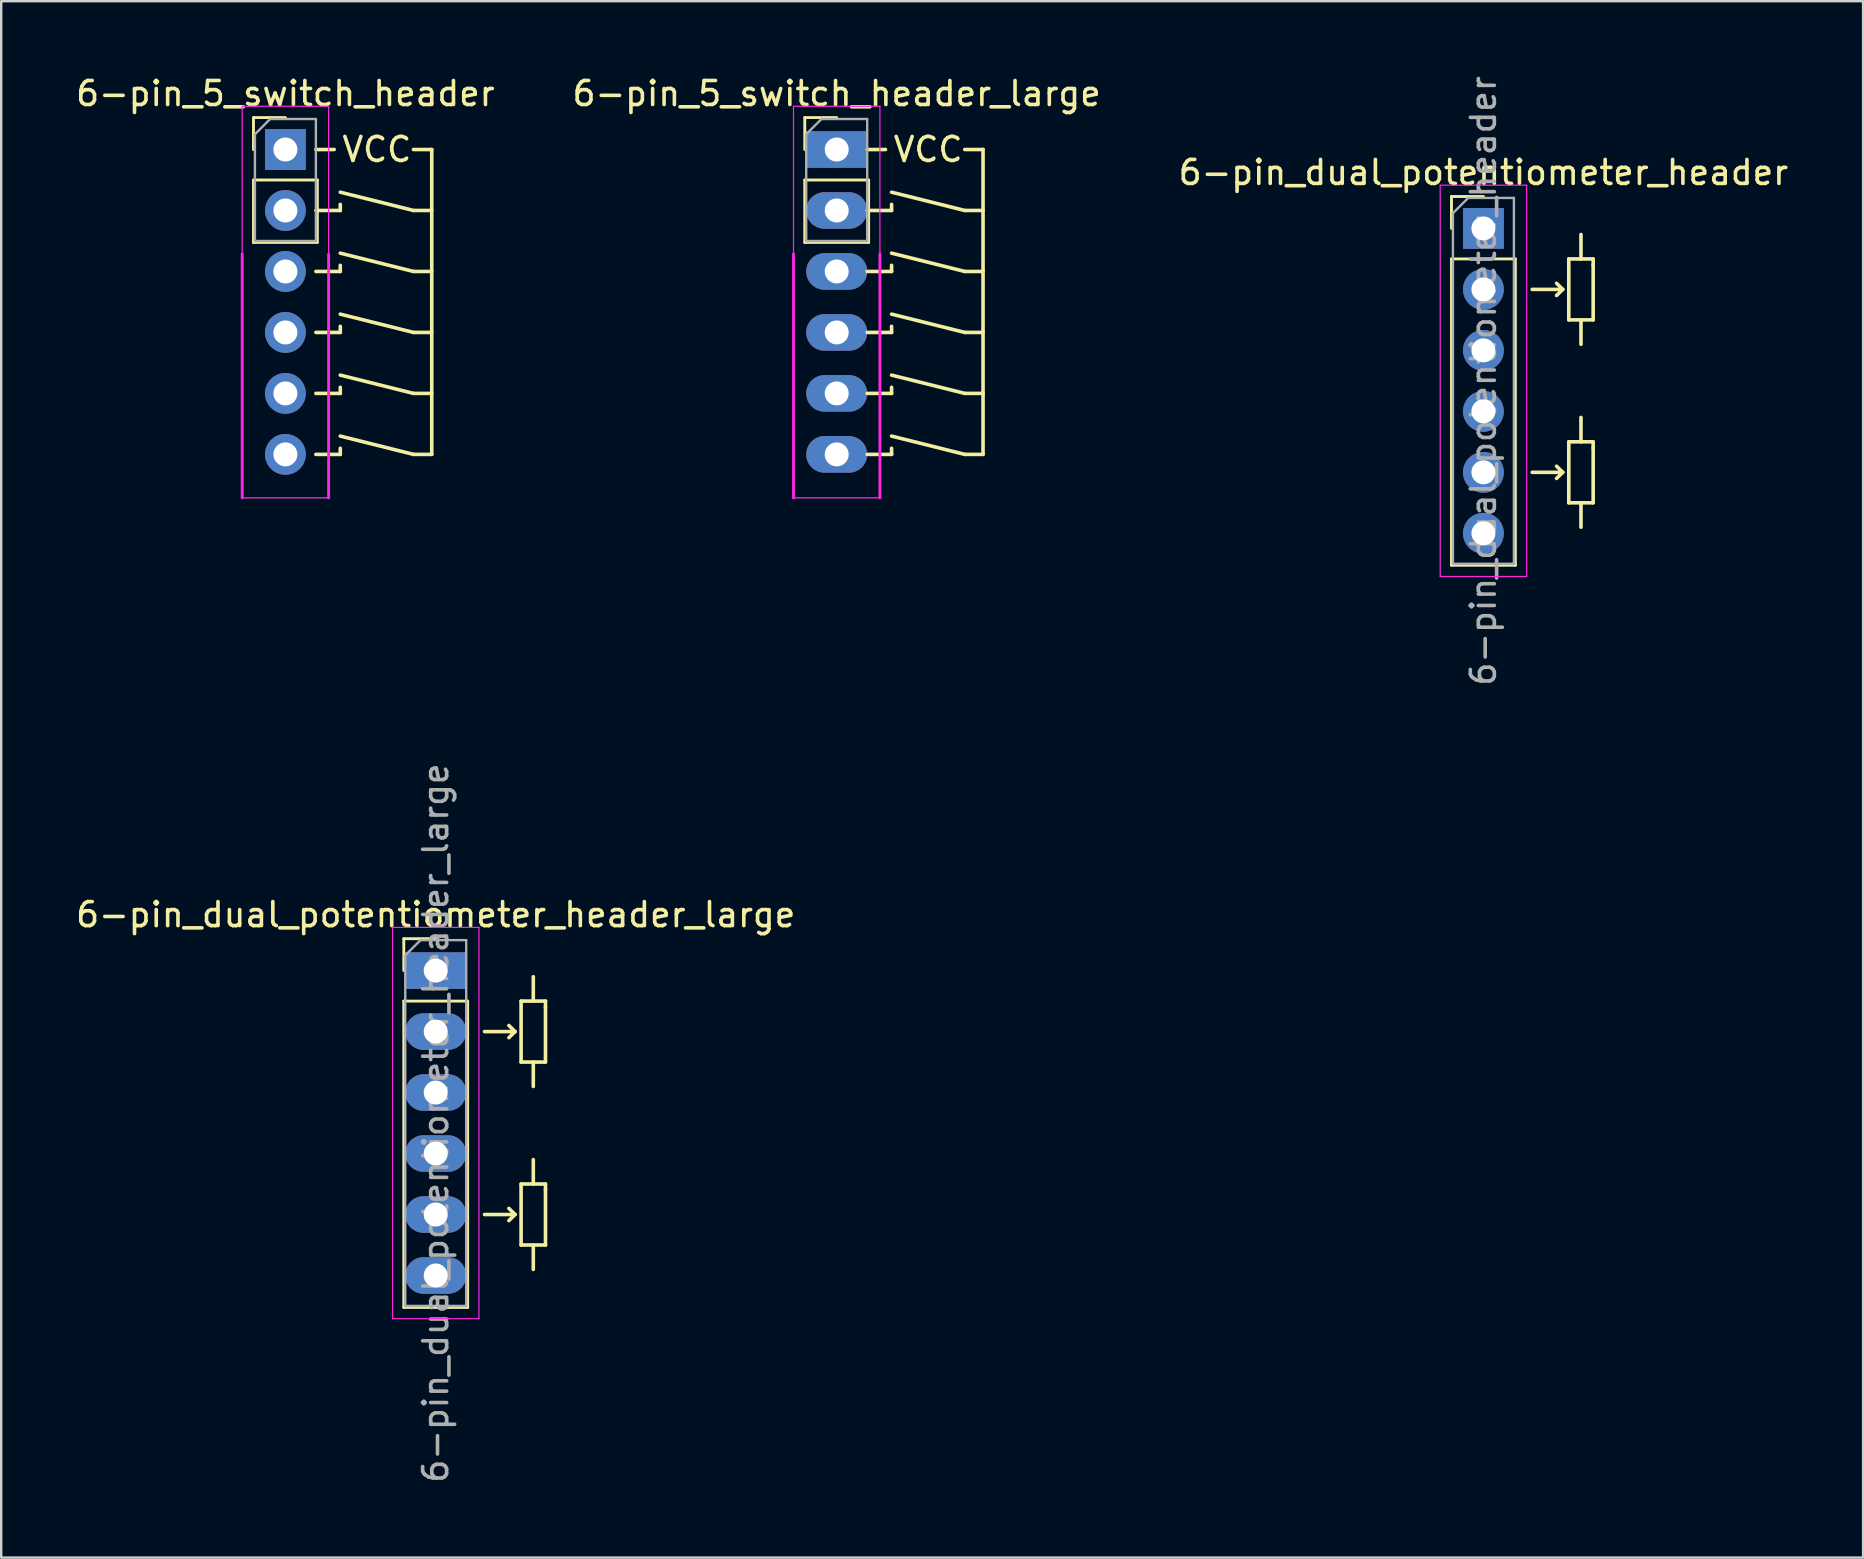
<source format=kicad_pcb>
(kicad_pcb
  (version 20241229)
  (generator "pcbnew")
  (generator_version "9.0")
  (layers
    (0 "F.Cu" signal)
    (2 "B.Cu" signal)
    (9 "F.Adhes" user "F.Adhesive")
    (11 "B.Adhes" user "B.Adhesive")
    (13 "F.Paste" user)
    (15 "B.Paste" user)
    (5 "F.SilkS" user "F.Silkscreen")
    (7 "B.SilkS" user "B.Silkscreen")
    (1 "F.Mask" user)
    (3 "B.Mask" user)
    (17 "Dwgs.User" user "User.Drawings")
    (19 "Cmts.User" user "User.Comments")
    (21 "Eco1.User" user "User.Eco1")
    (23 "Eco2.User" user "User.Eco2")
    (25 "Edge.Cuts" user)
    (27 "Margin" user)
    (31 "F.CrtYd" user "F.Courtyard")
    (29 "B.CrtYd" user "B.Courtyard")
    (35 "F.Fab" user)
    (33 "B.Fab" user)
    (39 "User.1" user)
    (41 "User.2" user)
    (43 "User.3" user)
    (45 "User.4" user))
  (footprint "6-pin_5_switch_header"
    (layer "F.Cu")
    (at 8.839 3.178)
    (property "Reference" "6-pin_5_switch_header" (at 0 -2.33 0) (layer "F.SilkS") (effects (font (size 1 1) (thickness 0.15))))
    (attr through_hole)
    (fp_line (start -1.33 -1.33) (end 0 -1.33) (stroke (width 0.12) (type solid)) (layer "F.SilkS"))
    (fp_line (start -1.33 0) (end -1.33 -1.33) (stroke (width 0.12) (type solid)) (layer "F.SilkS"))
    (fp_line (start -1.33 1.27) (end -1.33 3.87) (stroke (width 0.12) (type solid)) (layer "F.SilkS"))
    (fp_line (start -1.33 1.27) (end 1.33 1.27) (stroke (width 0.12) (type solid)) (layer "F.SilkS"))
    (fp_line (start -1.33 3.87) (end 1.33 3.87) (stroke (width 0.12) (type solid)) (layer "F.SilkS"))
    (fp_line (start 1.27 0) (end 2.032 0) (stroke (width 0.15) (type solid)) (layer "F.SilkS"))
    (fp_line (start 1.27 2.54) (end 2.286 2.54) (stroke (width 0.15) (type solid)) (layer "F.SilkS"))
    (fp_line (start 1.27 5.08) (end 2.286 5.08) (stroke (width 0.15) (type solid)) (layer "F.SilkS"))
    (fp_line (start 1.27 7.62) (end 2.286 7.62) (stroke (width 0.15) (type solid)) (layer "F.SilkS"))
    (fp_line (start 1.27 10.16) (end 2.286 10.16) (stroke (width 0.15) (type solid)) (layer "F.SilkS"))
    (fp_line (start 1.33 1.27) (end 1.33 3.87) (stroke (width 0.12) (type solid)) (layer "F.SilkS"))
    (fp_line (start 2.286 2.54) (end 2.286 2.286) (stroke (width 0.15) (type solid)) (layer "F.SilkS"))
    (fp_line (start 2.286 5.08) (end 2.286 4.826) (stroke (width 0.15) (type solid)) (layer "F.SilkS"))
    (fp_line (start 2.286 7.62) (end 2.286 7.366) (stroke (width 0.15) (type solid)) (layer "F.SilkS"))
    (fp_line (start 2.286 10.16) (end 2.286 9.906) (stroke (width 0.15) (type solid)) (layer "F.SilkS"))
    (fp_line (start 2.286 12.446) (end 2.286 12.7) (stroke (width 0.15) (type solid)) (layer "F.SilkS"))
    (fp_line (start 2.286 12.7) (end 1.27 12.7) (stroke (width 0.15) (type solid)) (layer "F.SilkS"))
    (fp_line (start 5.334 0) (end 6.096 0) (stroke (width 0.15) (type solid)) (layer "F.SilkS"))
    (fp_line (start 5.334 2.54) (end 2.286 1.778) (stroke (width 0.15) (type solid)) (layer "F.SilkS"))
    (fp_line (start 5.334 5.08) (end 2.286 4.318) (stroke (width 0.15) (type solid)) (layer "F.SilkS"))
    (fp_line (start 5.334 7.62) (end 2.286 6.858) (stroke (width 0.15) (type solid)) (layer "F.SilkS"))
    (fp_line (start 5.334 10.16) (end 2.286 9.398) (stroke (width 0.15) (type solid)) (layer "F.SilkS"))
    (fp_line (start 5.334 12.7) (end 2.286 11.938) (stroke (width 0.15) (type solid)) (layer "F.SilkS"))
    (fp_line (start 6.096 0) (end 6.096 12.7) (stroke (width 0.15) (type solid)) (layer "F.SilkS"))
    (fp_line (start 6.096 2.54) (end 5.334 2.54) (stroke (width 0.15) (type solid)) (layer "F.SilkS"))
    (fp_line (start 6.096 5.08) (end 5.334 5.08) (stroke (width 0.15) (type solid)) (layer "F.SilkS"))
    (fp_line (start 6.096 7.62) (end 5.334 7.62) (stroke (width 0.15) (type solid)) (layer "F.SilkS"))
    (fp_line (start 6.096 10.16) (end 5.334 10.16) (stroke (width 0.15) (type solid)) (layer "F.SilkS"))
    (fp_line (start 6.096 12.7) (end 5.334 12.7) (stroke (width 0.15) (type solid)) (layer "F.SilkS"))
    (fp_line (start -1.8 -1.8) (end -1.8 4.35) (stroke (width 0.05) (type solid)) (layer "F.CrtYd"))
    (fp_line (start -1.8 4.35) (end -1.8 14.51) (stroke (width 0.12) (type solid)) (layer "F.CrtYd"))
    (fp_line (start -1.8 14.51) (end 1.8 14.51) (stroke (width 0.05) (type solid)) (layer "F.CrtYd"))
    (fp_line (start 1.8 -1.8) (end -1.8 -1.8) (stroke (width 0.05) (type solid)) (layer "F.CrtYd"))
    (fp_line (start 1.8 4.35) (end 1.8 -1.8) (stroke (width 0.05) (type solid)) (layer "F.CrtYd"))
    (fp_line (start 1.8 14.51) (end 1.8 4.35) (stroke (width 0.12) (type solid)) (layer "F.CrtYd"))
    (fp_line (start -1.27 -0.635) (end -0.635 -1.27) (stroke (width 0.1) (type solid)) (layer "F.Fab"))
    (fp_line (start -1.27 3.81) (end -1.27 -0.635) (stroke (width 0.1) (type solid)) (layer "F.Fab"))
    (fp_line (start -0.635 -1.27) (end 1.27 -1.27) (stroke (width 0.1) (type solid)) (layer "F.Fab"))
    (fp_line (start 1.27 -1.27) (end 1.27 3.81) (stroke (width 0.1) (type solid)) (layer "F.Fab"))
    (fp_line (start 1.27 3.81) (end -1.27 3.81) (stroke (width 0.1) (type solid)) (layer "F.Fab"))
    (fp_text user "VCC" (at 3.81 0 0) (layer "F.SilkS") (effects (font (size 1 1) (thickness 0.15))))
    (pad "1" thru_hole rect (at 0 0) (size 1.7 1.7) (drill 1) (layers "*.Cu" "*.Mask"))
    (pad "2" thru_hole oval (at 0 2.54) (size 1.7 1.7) (drill 1) (layers "*.Cu" "*.Mask"))
    (pad "3" thru_hole oval (at 0 5.08) (size 1.7 1.7) (drill 1) (layers "*.Cu" "*.Mask"))
    (pad "4" thru_hole oval (at 0 7.62) (size 1.7 1.7) (drill 1) (layers "*.Cu" "*.Mask"))
    (pad "5" thru_hole oval (at 0 10.16) (size 1.7 1.7) (drill 1) (layers "*.Cu" "*.Mask"))
    (pad "6" thru_hole oval (at 0 12.7) (size 1.7 1.7) (drill 1) (layers "*.Cu" "*.Mask")))
  (footprint "6-pin_dual_potentiometer_header"
    (layer "F.Cu")
    (at 58.744 6.465)
    (property "Reference" "6-pin_dual_potentiometer_header" (at 0 -2.33 0) (layer "F.SilkS") (effects (font (size 1 1) (thickness 0.15))))
    (attr through_hole)
    (fp_line (start -1.33 -1.33) (end 0 -1.33) (stroke (width 0.12) (type solid)) (layer "F.SilkS"))
    (fp_line (start -1.33 0) (end -1.33 -1.33) (stroke (width 0.12) (type solid)) (layer "F.SilkS"))
    (fp_line (start -1.33 1.27) (end -1.33 14.03) (stroke (width 0.12) (type solid)) (layer "F.SilkS"))
    (fp_line (start -1.33 1.27) (end 1.33 1.27) (stroke (width 0.12) (type solid)) (layer "F.SilkS"))
    (fp_line (start -1.33 14.03) (end 1.33 14.03) (stroke (width 0.12) (type solid)) (layer "F.SilkS"))
    (fp_line (start 1.33 1.27) (end 1.33 14.03) (stroke (width 0.12) (type solid)) (layer "F.SilkS"))
    (fp_line (start 2.032 2.54) (end 3.302 2.54) (stroke (width 0.15) (type solid)) (layer "F.SilkS"))
    (fp_line (start 2.032 10.16) (end 3.302 10.16) (stroke (width 0.15) (type solid)) (layer "F.SilkS"))
    (fp_line (start 3.302 2.54) (end 3.048 2.286) (stroke (width 0.15) (type solid)) (layer "F.SilkS"))
    (fp_line (start 3.302 2.54) (end 3.048 2.794) (stroke (width 0.15) (type solid)) (layer "F.SilkS"))
    (fp_line (start 3.302 10.16) (end 3.048 9.906) (stroke (width 0.15) (type solid)) (layer "F.SilkS"))
    (fp_line (start 3.302 10.16) (end 3.048 10.414) (stroke (width 0.15) (type solid)) (layer "F.SilkS"))
    (fp_line (start 3.556 1.27) (end 3.556 3.81) (stroke (width 0.15) (type solid)) (layer "F.SilkS"))
    (fp_line (start 3.556 3.81) (end 4.572 3.81) (stroke (width 0.15) (type solid)) (layer "F.SilkS"))
    (fp_line (start 3.556 8.89) (end 3.556 11.43) (stroke (width 0.15) (type solid)) (layer "F.SilkS"))
    (fp_line (start 3.556 11.43) (end 4.572 11.43) (stroke (width 0.15) (type solid)) (layer "F.SilkS"))
    (fp_line (start 4.064 1.27) (end 4.064 0.254) (stroke (width 0.15) (type solid)) (layer "F.SilkS"))
    (fp_line (start 4.064 3.81) (end 4.064 4.826) (stroke (width 0.15) (type solid)) (layer "F.SilkS"))
    (fp_line (start 4.064 8.89) (end 4.064 7.874) (stroke (width 0.15) (type solid)) (layer "F.SilkS"))
    (fp_line (start 4.064 11.43) (end 4.064 12.446) (stroke (width 0.15) (type solid)) (layer "F.SilkS"))
    (fp_line (start 4.572 1.27) (end 3.556 1.27) (stroke (width 0.15) (type solid)) (layer "F.SilkS"))
    (fp_line (start 4.572 1.524) (end 4.572 1.27) (stroke (width 0.15) (type solid)) (layer "F.SilkS"))
    (fp_line (start 4.572 3.81) (end 4.572 1.524) (stroke (width 0.15) (type solid)) (layer "F.SilkS"))
    (fp_line (start 4.572 8.89) (end 3.556 8.89) (stroke (width 0.15) (type solid)) (layer "F.SilkS"))
    (fp_line (start 4.572 9.144) (end 4.572 8.89) (stroke (width 0.15) (type solid)) (layer "F.SilkS"))
    (fp_line (start 4.572 11.43) (end 4.572 9.144) (stroke (width 0.15) (type solid)) (layer "F.SilkS"))
    (fp_line (start -1.8 -1.8) (end -1.8 14.5) (stroke (width 0.05) (type solid)) (layer "F.CrtYd"))
    (fp_line (start -1.8 14.5) (end 1.8 14.5) (stroke (width 0.05) (type solid)) (layer "F.CrtYd"))
    (fp_line (start 1.8 -1.8) (end -1.8 -1.8) (stroke (width 0.05) (type solid)) (layer "F.CrtYd"))
    (fp_line (start 1.8 14.5) (end 1.8 -1.8) (stroke (width 0.05) (type solid)) (layer "F.CrtYd"))
    (fp_line (start -1.27 -0.635) (end -0.635 -1.27) (stroke (width 0.1) (type solid)) (layer "F.Fab"))
    (fp_line (start -1.27 13.97) (end -1.27 -0.635) (stroke (width 0.1) (type solid)) (layer "F.Fab"))
    (fp_line (start -0.635 -1.27) (end 1.27 -1.27) (stroke (width 0.1) (type solid)) (layer "F.Fab"))
    (fp_line (start 1.27 -1.27) (end 1.27 13.97) (stroke (width 0.1) (type solid)) (layer "F.Fab"))
    (fp_line (start 1.27 13.97) (end -1.27 13.97) (stroke (width 0.1) (type solid)) (layer "F.Fab"))
    (fp_text user "${REFERENCE}" (at 0 6.35 90) (layer "F.Fab") (effects (font (size 1 1) (thickness 0.15))))
    (pad "1" thru_hole rect (at 0 0) (size 1.7 1.7) (drill 1) (layers "*.Cu" "*.Mask"))
    (pad "2" thru_hole oval (at 0 2.54) (size 1.7 1.7) (drill 1) (layers "*.Cu" "*.Mask"))
    (pad "3" thru_hole oval (at 0 5.08) (size 1.7 1.7) (drill 1) (layers "*.Cu" "*.Mask"))
    (pad "4" thru_hole oval (at 0 7.62) (size 1.7 1.7) (drill 1) (layers "*.Cu" "*.Mask"))
    (pad "5" thru_hole oval (at 0 10.16) (size 1.7 1.7) (drill 1) (layers "*.Cu" "*.Mask"))
    (pad "6" thru_hole oval (at 0 12.7) (size 1.7 1.7) (drill 1) (layers "*.Cu" "*.Mask")))
  (footprint "6-pin_5_switch_header_large"
    (layer "F.Cu")
    (at 31.804 3.178)
    (property "Reference" "6-pin_5_switch_header_large" (at 0 -2.33 0) (layer "F.SilkS") (effects (font (size 1 1) (thickness 0.15))))
    (attr through_hole)
    (fp_line (start -1.33 -1.33) (end 0 -1.33) (stroke (width 0.12) (type solid)) (layer "F.SilkS"))
    (fp_line (start -1.33 0) (end -1.33 -1.33) (stroke (width 0.12) (type solid)) (layer "F.SilkS"))
    (fp_line (start -1.33 1.27) (end -1.33 3.87) (stroke (width 0.12) (type solid)) (layer "F.SilkS"))
    (fp_line (start -1.33 1.27) (end 1.33 1.27) (stroke (width 0.12) (type solid)) (layer "F.SilkS"))
    (fp_line (start -1.33 3.87) (end 1.33 3.87) (stroke (width 0.12) (type solid)) (layer "F.SilkS"))
    (fp_line (start 1.27 0) (end 2.032 0) (stroke (width 0.15) (type solid)) (layer "F.SilkS"))
    (fp_line (start 1.27 2.54) (end 2.286 2.54) (stroke (width 0.15) (type solid)) (layer "F.SilkS"))
    (fp_line (start 1.27 5.08) (end 2.286 5.08) (stroke (width 0.15) (type solid)) (layer "F.SilkS"))
    (fp_line (start 1.27 7.62) (end 2.286 7.62) (stroke (width 0.15) (type solid)) (layer "F.SilkS"))
    (fp_line (start 1.27 10.16) (end 2.286 10.16) (stroke (width 0.15) (type solid)) (layer "F.SilkS"))
    (fp_line (start 1.33 1.27) (end 1.33 3.87) (stroke (width 0.12) (type solid)) (layer "F.SilkS"))
    (fp_line (start 2.286 2.54) (end 2.286 2.286) (stroke (width 0.15) (type solid)) (layer "F.SilkS"))
    (fp_line (start 2.286 5.08) (end 2.286 4.826) (stroke (width 0.15) (type solid)) (layer "F.SilkS"))
    (fp_line (start 2.286 7.62) (end 2.286 7.366) (stroke (width 0.15) (type solid)) (layer "F.SilkS"))
    (fp_line (start 2.286 10.16) (end 2.286 9.906) (stroke (width 0.15) (type solid)) (layer "F.SilkS"))
    (fp_line (start 2.286 12.446) (end 2.286 12.7) (stroke (width 0.15) (type solid)) (layer "F.SilkS"))
    (fp_line (start 2.286 12.7) (end 1.27 12.7) (stroke (width 0.15) (type solid)) (layer "F.SilkS"))
    (fp_line (start 5.334 0) (end 6.096 0) (stroke (width 0.15) (type solid)) (layer "F.SilkS"))
    (fp_line (start 5.334 2.54) (end 2.286 1.778) (stroke (width 0.15) (type solid)) (layer "F.SilkS"))
    (fp_line (start 5.334 5.08) (end 2.286 4.318) (stroke (width 0.15) (type solid)) (layer "F.SilkS"))
    (fp_line (start 5.334 7.62) (end 2.286 6.858) (stroke (width 0.15) (type solid)) (layer "F.SilkS"))
    (fp_line (start 5.334 10.16) (end 2.286 9.398) (stroke (width 0.15) (type solid)) (layer "F.SilkS"))
    (fp_line (start 5.334 12.7) (end 2.286 11.938) (stroke (width 0.15) (type solid)) (layer "F.SilkS"))
    (fp_line (start 6.096 0) (end 6.096 12.7) (stroke (width 0.15) (type solid)) (layer "F.SilkS"))
    (fp_line (start 6.096 2.54) (end 5.334 2.54) (stroke (width 0.15) (type solid)) (layer "F.SilkS"))
    (fp_line (start 6.096 5.08) (end 5.334 5.08) (stroke (width 0.15) (type solid)) (layer "F.SilkS"))
    (fp_line (start 6.096 7.62) (end 5.334 7.62) (stroke (width 0.15) (type solid)) (layer "F.SilkS"))
    (fp_line (start 6.096 10.16) (end 5.334 10.16) (stroke (width 0.15) (type solid)) (layer "F.SilkS"))
    (fp_line (start 6.096 12.7) (end 5.334 12.7) (stroke (width 0.15) (type solid)) (layer "F.SilkS"))
    (fp_line (start -1.8 -1.8) (end -1.8 4.35) (stroke (width 0.05) (type solid)) (layer "F.CrtYd"))
    (fp_line (start -1.8 4.35) (end -1.8 14.51) (stroke (width 0.12) (type solid)) (layer "F.CrtYd"))
    (fp_line (start -1.8 14.51) (end 1.8 14.51) (stroke (width 0.05) (type solid)) (layer "F.CrtYd"))
    (fp_line (start 1.8 -1.8) (end -1.8 -1.8) (stroke (width 0.05) (type solid)) (layer "F.CrtYd"))
    (fp_line (start 1.8 4.35) (end 1.8 -1.8) (stroke (width 0.05) (type solid)) (layer "F.CrtYd"))
    (fp_line (start 1.8 14.51) (end 1.8 4.35) (stroke (width 0.12) (type solid)) (layer "F.CrtYd"))
    (fp_line (start -1.27 -0.635) (end -0.635 -1.27) (stroke (width 0.1) (type solid)) (layer "F.Fab"))
    (fp_line (start -1.27 3.81) (end -1.27 -0.635) (stroke (width 0.1) (type solid)) (layer "F.Fab"))
    (fp_line (start -0.635 -1.27) (end 1.27 -1.27) (stroke (width 0.1) (type solid)) (layer "F.Fab"))
    (fp_line (start 1.27 -1.27) (end 1.27 3.81) (stroke (width 0.1) (type solid)) (layer "F.Fab"))
    (fp_line (start 1.27 3.81) (end -1.27 3.81) (stroke (width 0.1) (type solid)) (layer "F.Fab"))
    (fp_text user "VCC" (at 3.81 0 0) (layer "F.SilkS") (effects (font (size 1 1) (thickness 0.15))))
    (pad "1" thru_hole rect (at 0 0) (size 2.54 1.524) (drill 1) (layers "*.Cu" "*.Mask"))
    (pad "2" thru_hole oval (at 0 2.54) (size 2.54 1.524) (drill 1) (layers "*.Cu" "*.Mask"))
    (pad "3" thru_hole oval (at 0 5.08) (size 2.54 1.524) (drill 1) (layers "*.Cu" "*.Mask"))
    (pad "4" thru_hole oval (at 0 7.62) (size 2.54 1.524) (drill 1) (layers "*.Cu" "*.Mask"))
    (pad "5" thru_hole oval (at 0 10.16) (size 2.54 1.524) (drill 1) (layers "*.Cu" "*.Mask"))
    (pad "6" thru_hole oval (at 0 12.7) (size 2.54 1.524) (drill 1) (layers "*.Cu" "*.Mask")))
  (footprint "6-pin_dual_potentiometer_header_large"
    (layer "F.Cu")
    (at 15.101 37.382)
    (property "Reference" "6-pin_dual_potentiometer_header_large" (at 0 -2.33 0) (layer "F.SilkS") (effects (font (size 1 1) (thickness 0.15))))
    (attr through_hole)
    (fp_line (start -1.33 -1.33) (end 0 -1.33) (stroke (width 0.12) (type solid)) (layer "F.SilkS"))
    (fp_line (start -1.33 0) (end -1.33 -1.33) (stroke (width 0.12) (type solid)) (layer "F.SilkS"))
    (fp_line (start -1.33 1.27) (end -1.33 14.03) (stroke (width 0.12) (type solid)) (layer "F.SilkS"))
    (fp_line (start -1.33 1.27) (end 1.33 1.27) (stroke (width 0.12) (type solid)) (layer "F.SilkS"))
    (fp_line (start -1.33 14.03) (end 1.33 14.03) (stroke (width 0.12) (type solid)) (layer "F.SilkS"))
    (fp_line (start 1.33 1.27) (end 1.33 14.03) (stroke (width 0.12) (type solid)) (layer "F.SilkS"))
    (fp_line (start 2.032 2.54) (end 3.302 2.54) (stroke (width 0.15) (type solid)) (layer "F.SilkS"))
    (fp_line (start 2.032 10.16) (end 3.302 10.16) (stroke (width 0.15) (type solid)) (layer "F.SilkS"))
    (fp_line (start 3.302 2.54) (end 3.048 2.286) (stroke (width 0.15) (type solid)) (layer "F.SilkS"))
    (fp_line (start 3.302 2.54) (end 3.048 2.794) (stroke (width 0.15) (type solid)) (layer "F.SilkS"))
    (fp_line (start 3.302 10.16) (end 3.048 9.906) (stroke (width 0.15) (type solid)) (layer "F.SilkS"))
    (fp_line (start 3.302 10.16) (end 3.048 10.414) (stroke (width 0.15) (type solid)) (layer "F.SilkS"))
    (fp_line (start 3.556 1.27) (end 3.556 3.81) (stroke (width 0.15) (type solid)) (layer "F.SilkS"))
    (fp_line (start 3.556 3.81) (end 4.572 3.81) (stroke (width 0.15) (type solid)) (layer "F.SilkS"))
    (fp_line (start 3.556 8.89) (end 3.556 11.43) (stroke (width 0.15) (type solid)) (layer "F.SilkS"))
    (fp_line (start 3.556 11.43) (end 4.572 11.43) (stroke (width 0.15) (type solid)) (layer "F.SilkS"))
    (fp_line (start 4.064 1.27) (end 4.064 0.254) (stroke (width 0.15) (type solid)) (layer "F.SilkS"))
    (fp_line (start 4.064 3.81) (end 4.064 4.826) (stroke (width 0.15) (type solid)) (layer "F.SilkS"))
    (fp_line (start 4.064 8.89) (end 4.064 7.874) (stroke (width 0.15) (type solid)) (layer "F.SilkS"))
    (fp_line (start 4.064 11.43) (end 4.064 12.446) (stroke (width 0.15) (type solid)) (layer "F.SilkS"))
    (fp_line (start 4.572 1.27) (end 3.556 1.27) (stroke (width 0.15) (type solid)) (layer "F.SilkS"))
    (fp_line (start 4.572 1.524) (end 4.572 1.27) (stroke (width 0.15) (type solid)) (layer "F.SilkS"))
    (fp_line (start 4.572 3.81) (end 4.572 1.524) (stroke (width 0.15) (type solid)) (layer "F.SilkS"))
    (fp_line (start 4.572 8.89) (end 3.556 8.89) (stroke (width 0.15) (type solid)) (layer "F.SilkS"))
    (fp_line (start 4.572 9.144) (end 4.572 8.89) (stroke (width 0.15) (type solid)) (layer "F.SilkS"))
    (fp_line (start 4.572 11.43) (end 4.572 9.144) (stroke (width 0.15) (type solid)) (layer "F.SilkS"))
    (fp_line (start -1.8 -1.8) (end -1.8 14.5) (stroke (width 0.05) (type solid)) (layer "F.CrtYd"))
    (fp_line (start -1.8 14.5) (end 1.8 14.5) (stroke (width 0.05) (type solid)) (layer "F.CrtYd"))
    (fp_line (start 1.8 -1.8) (end -1.8 -1.8) (stroke (width 0.05) (type solid)) (layer "F.CrtYd"))
    (fp_line (start 1.8 14.5) (end 1.8 -1.8) (stroke (width 0.05) (type solid)) (layer "F.CrtYd"))
    (fp_line (start -1.27 -0.635) (end -0.635 -1.27) (stroke (width 0.1) (type solid)) (layer "F.Fab"))
    (fp_line (start -1.27 13.97) (end -1.27 -0.635) (stroke (width 0.1) (type solid)) (layer "F.Fab"))
    (fp_line (start -0.635 -1.27) (end 1.27 -1.27) (stroke (width 0.1) (type solid)) (layer "F.Fab"))
    (fp_line (start 1.27 -1.27) (end 1.27 13.97) (stroke (width 0.1) (type solid)) (layer "F.Fab"))
    (fp_line (start 1.27 13.97) (end -1.27 13.97) (stroke (width 0.1) (type solid)) (layer "F.Fab"))
    (fp_text user "${REFERENCE}" (at 0 6.35 90) (layer "F.Fab") (effects (font (size 1 1) (thickness 0.15))))
    (pad "1" thru_hole rect (at 0 0) (size 2.54 1.524) (drill 1) (layers "*.Cu" "*.Mask"))
    (pad "2" thru_hole oval (at 0 2.54) (size 2.54 1.524) (drill 1) (layers "*.Cu" "*.Mask"))
    (pad "3" thru_hole oval (at 0 5.08) (size 2.54 1.524) (drill 1) (layers "*.Cu" "*.Mask"))
    (pad "4" thru_hole oval (at 0 7.62) (size 2.54 1.524) (drill 1) (layers "*.Cu" "*.Mask"))
    (pad "5" thru_hole oval (at 0 10.16) (size 2.54 1.524) (drill 1) (layers "*.Cu" "*.Mask"))
    (pad "6" thru_hole oval (at 0 12.7) (size 2.54 1.524) (drill 1) (layers "*.Cu" "*.Mask")))
  (gr_rect
    (start -3 -3)
    (end 74.56 61.833)
    (stroke (width 0.1) (type default))
    (fill no)
    (layer "Edge.Cuts")))
</source>
